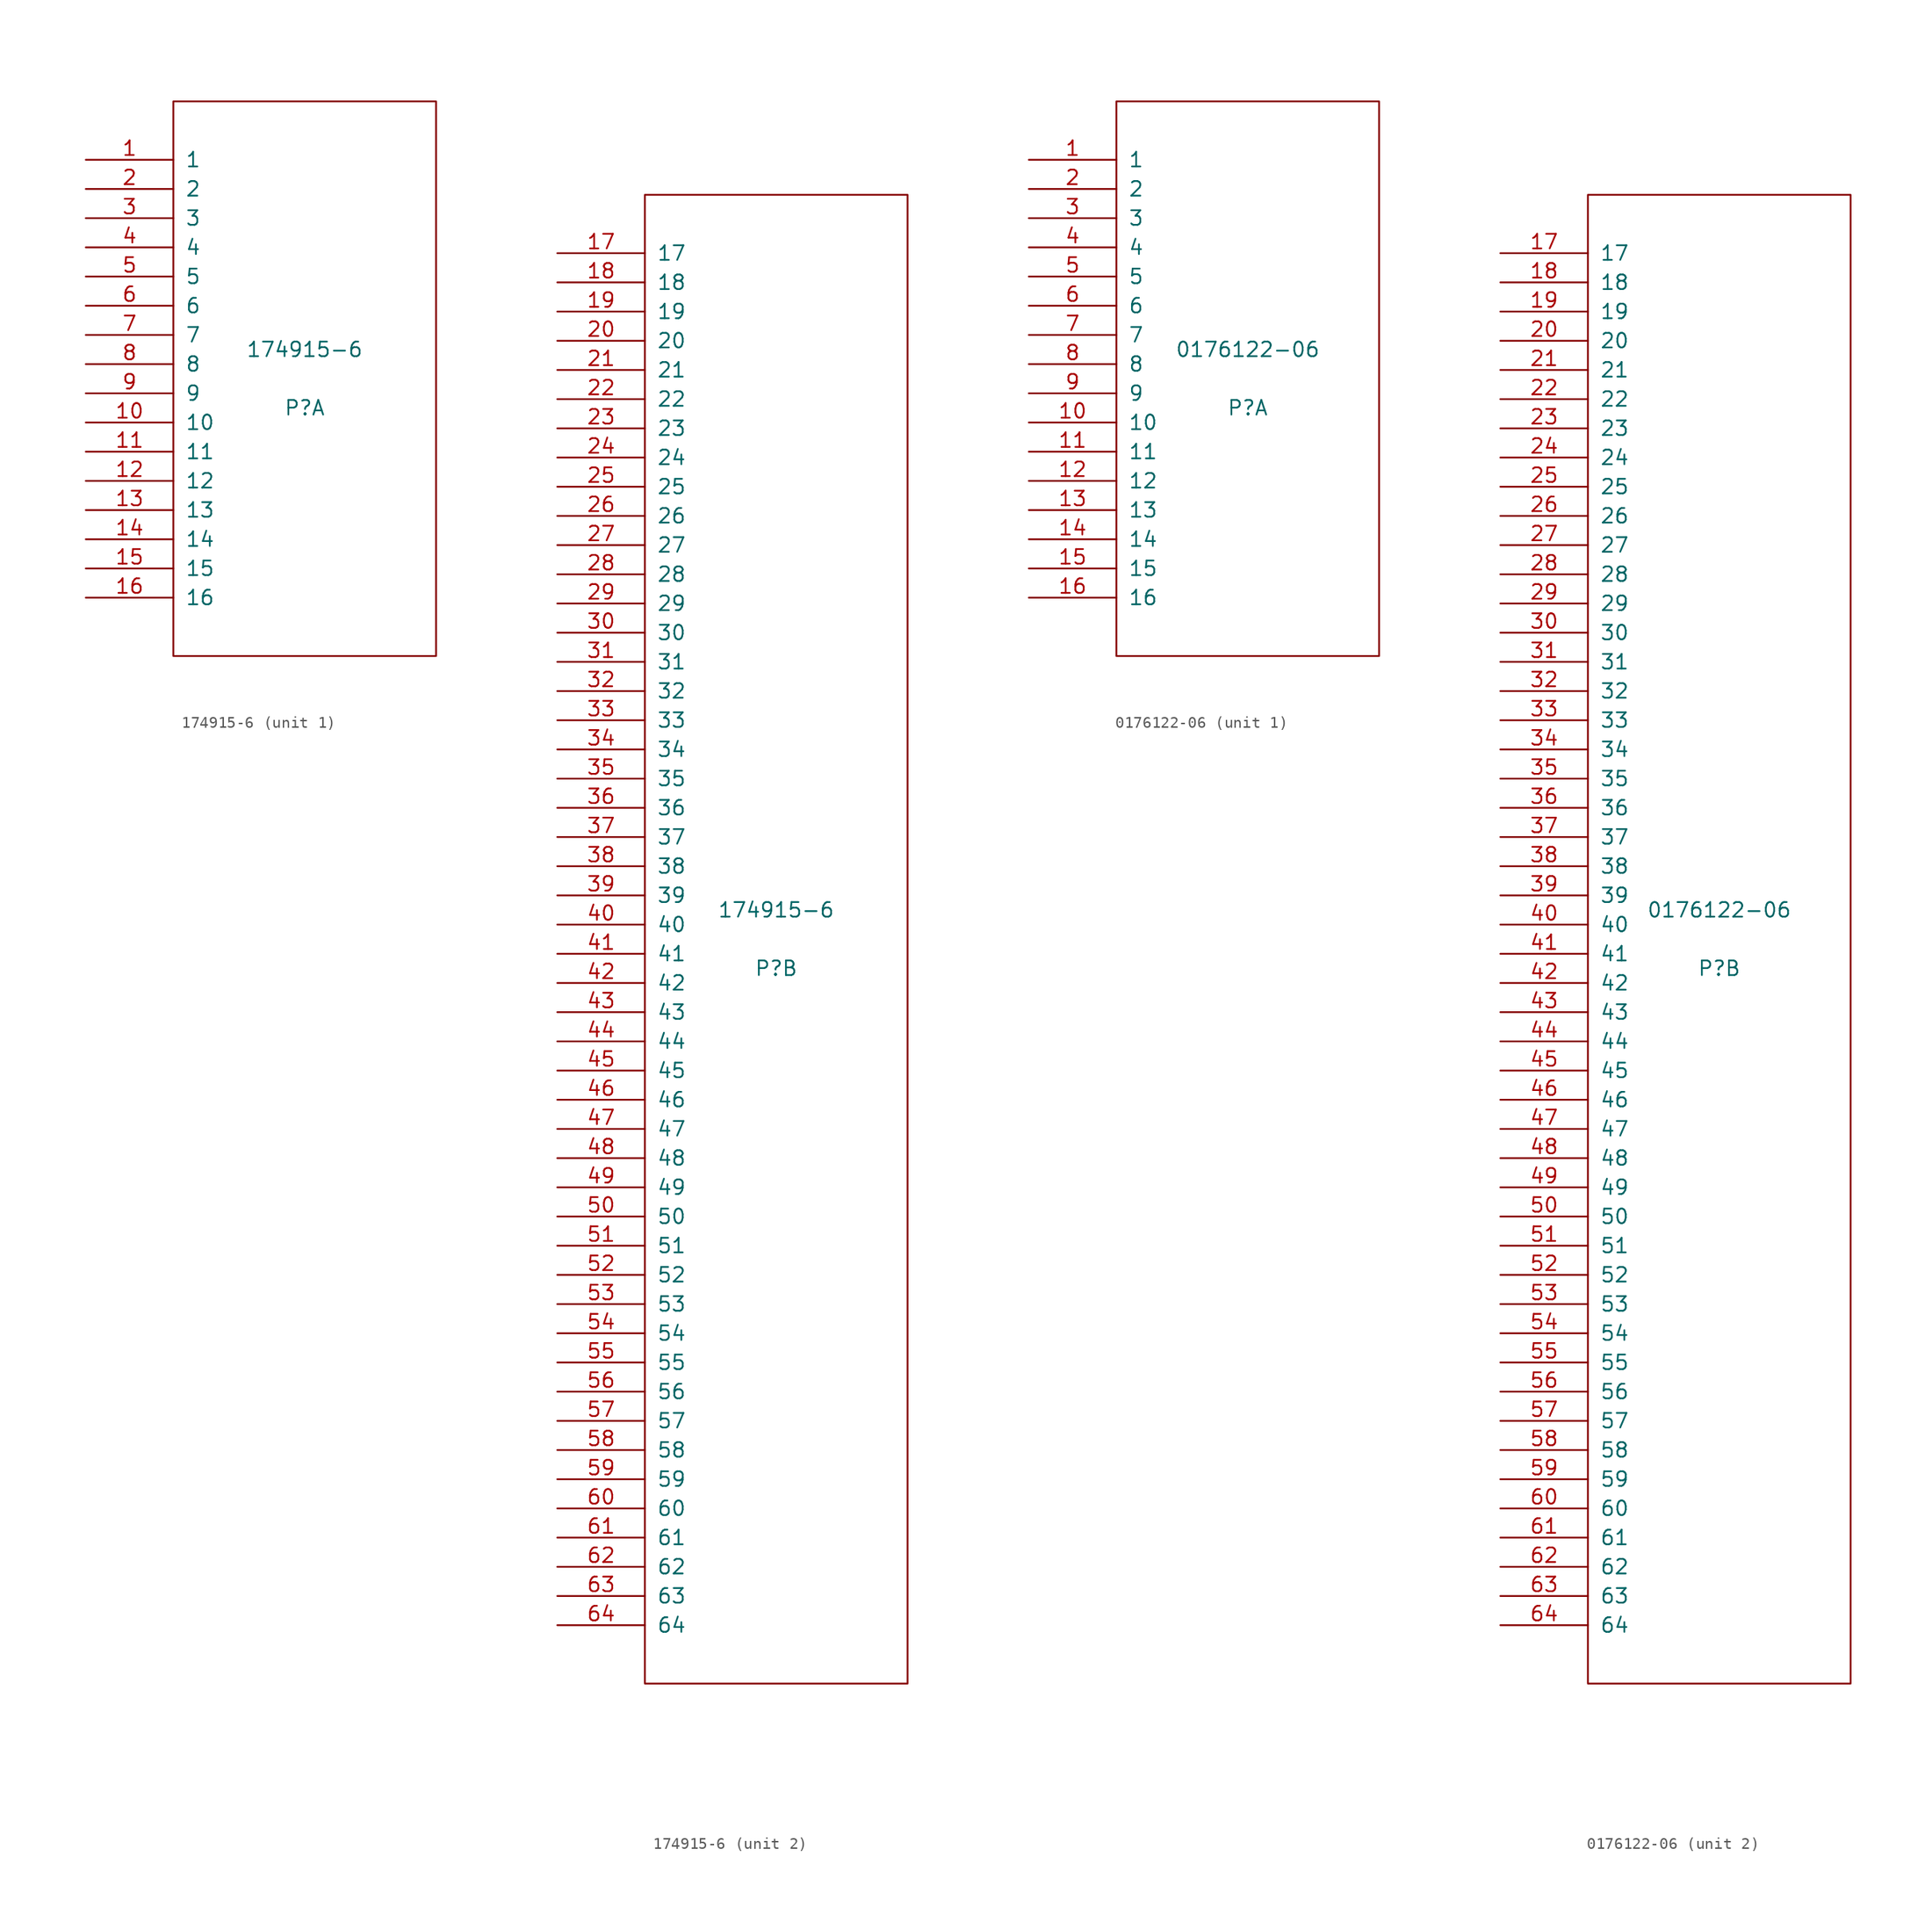
<source format=kicad_sym>
(kicad_symbol_lib
  (version 20241209)
  (generator "kicad_symbol_editor")
  (generator_version "9.0")
  (symbol "174915-6"
    (pin_names
      (offset 1.016))
    (property "Reference" "P"
      (at 0 -2.54 0)
      (effects (font (size 1.27 1.27))))
    (property "Value" "174915-6"
      (at 0 2.54 0)
      (effects (font (size 1.27 1.27))))
    (symbol "174915-6_1_0"
      (rectangle (start -11.43 -24.13) (end 11.43 24.13) (stroke (width 0) (type solid)) (fill (type none))))
    (symbol "174915-6_1_1"
      (pin passive line (at -19.05 19.05 0) (length 7.62) (name "1" (effects (font (size 1.27 1.27)))) (number "1" (effects (font (size 1.27 1.27)))))
      (pin passive line (at -19.05 16.51 0) (length 7.62) (name "2" (effects (font (size 1.27 1.27)))) (number "2" (effects (font (size 1.27 1.27)))))
      (pin passive line (at -19.05 13.97 0) (length 7.62) (name "3" (effects (font (size 1.27 1.27)))) (number "3" (effects (font (size 1.27 1.27)))))
      (pin passive line (at -19.05 11.43 0) (length 7.62) (name "4" (effects (font (size 1.27 1.27)))) (number "4" (effects (font (size 1.27 1.27)))))
      (pin passive line (at -19.05 8.89 0) (length 7.62) (name "5" (effects (font (size 1.27 1.27)))) (number "5" (effects (font (size 1.27 1.27)))))
      (pin passive line (at -19.05 6.35 0) (length 7.62) (name "6" (effects (font (size 1.27 1.27)))) (number "6" (effects (font (size 1.27 1.27)))))
      (pin passive line (at -19.05 3.81 0) (length 7.62) (name "7" (effects (font (size 1.27 1.27)))) (number "7" (effects (font (size 1.27 1.27)))))
      (pin passive line (at -19.05 1.27 0) (length 7.62) (name "8" (effects (font (size 1.27 1.27)))) (number "8" (effects (font (size 1.27 1.27)))))
      (pin passive line (at -19.05 -1.27 0) (length 7.62) (name "9" (effects (font (size 1.27 1.27)))) (number "9" (effects (font (size 1.27 1.27)))))
      (pin passive line (at -19.05 -3.81 0) (length 7.62) (name "10" (effects (font (size 1.27 1.27)))) (number "10" (effects (font (size 1.27 1.27)))))
      (pin passive line (at -19.05 -6.35 0) (length 7.62) (name "11" (effects (font (size 1.27 1.27)))) (number "11" (effects (font (size 1.27 1.27)))))
      (pin passive line (at -19.05 -8.89 0) (length 7.62) (name "12" (effects (font (size 1.27 1.27)))) (number "12" (effects (font (size 1.27 1.27)))))
      (pin passive line (at -19.05 -11.43 0) (length 7.62) (name "13" (effects (font (size 1.27 1.27)))) (number "13" (effects (font (size 1.27 1.27)))))
      (pin passive line (at -19.05 -13.97 0) (length 7.62) (name "14" (effects (font (size 1.27 1.27)))) (number "14" (effects (font (size 1.27 1.27)))))
      (pin passive line (at -19.05 -16.51 0) (length 7.62) (name "15" (effects (font (size 1.27 1.27)))) (number "15" (effects (font (size 1.27 1.27)))))
      (pin passive line (at -19.05 -19.05 0) (length 7.62) (name "16" (effects (font (size 1.27 1.27)))) (number "16" (effects (font (size 1.27 1.27))))))
    (symbol "174915-6_2_0"
      (rectangle (start -11.43 -64.77) (end 11.43 64.77) (stroke (width 0) (type solid)) (fill (type none))))
    (symbol "174915-6_2_1"
      (pin passive line (at -19.05 59.69 0) (length 7.62) (name "17" (effects (font (size 1.27 1.27)))) (number "17" (effects (font (size 1.27 1.27)))))
      (pin passive line (at -19.05 57.15 0) (length 7.62) (name "18" (effects (font (size 1.27 1.27)))) (number "18" (effects (font (size 1.27 1.27)))))
      (pin passive line (at -19.05 54.61 0) (length 7.62) (name "19" (effects (font (size 1.27 1.27)))) (number "19" (effects (font (size 1.27 1.27)))))
      (pin passive line (at -19.05 52.07 0) (length 7.62) (name "20" (effects (font (size 1.27 1.27)))) (number "20" (effects (font (size 1.27 1.27)))))
      (pin passive line (at -19.05 49.53 0) (length 7.62) (name "21" (effects (font (size 1.27 1.27)))) (number "21" (effects (font (size 1.27 1.27)))))
      (pin passive line (at -19.05 46.99 0) (length 7.62) (name "22" (effects (font (size 1.27 1.27)))) (number "22" (effects (font (size 1.27 1.27)))))
      (pin passive line (at -19.05 44.45 0) (length 7.62) (name "23" (effects (font (size 1.27 1.27)))) (number "23" (effects (font (size 1.27 1.27)))))
      (pin passive line (at -19.05 41.91 0) (length 7.62) (name "24" (effects (font (size 1.27 1.27)))) (number "24" (effects (font (size 1.27 1.27)))))
      (pin passive line (at -19.05 39.37 0) (length 7.62) (name "25" (effects (font (size 1.27 1.27)))) (number "25" (effects (font (size 1.27 1.27)))))
      (pin passive line (at -19.05 36.83 0) (length 7.62) (name "26" (effects (font (size 1.27 1.27)))) (number "26" (effects (font (size 1.27 1.27)))))
      (pin passive line (at -19.05 34.29 0) (length 7.62) (name "27" (effects (font (size 1.27 1.27)))) (number "27" (effects (font (size 1.27 1.27)))))
      (pin passive line (at -19.05 31.75 0) (length 7.62) (name "28" (effects (font (size 1.27 1.27)))) (number "28" (effects (font (size 1.27 1.27)))))
      (pin passive line (at -19.05 29.21 0) (length 7.62) (name "29" (effects (font (size 1.27 1.27)))) (number "29" (effects (font (size 1.27 1.27)))))
      (pin passive line (at -19.05 26.67 0) (length 7.62) (name "30" (effects (font (size 1.27 1.27)))) (number "30" (effects (font (size 1.27 1.27)))))
      (pin passive line (at -19.05 24.13 0) (length 7.62) (name "31" (effects (font (size 1.27 1.27)))) (number "31" (effects (font (size 1.27 1.27)))))
      (pin passive line (at -19.05 21.59 0) (length 7.62) (name "32" (effects (font (size 1.27 1.27)))) (number "32" (effects (font (size 1.27 1.27)))))
      (pin passive line (at -19.05 19.05 0) (length 7.62) (name "33" (effects (font (size 1.27 1.27)))) (number "33" (effects (font (size 1.27 1.27)))))
      (pin passive line (at -19.05 16.51 0) (length 7.62) (name "34" (effects (font (size 1.27 1.27)))) (number "34" (effects (font (size 1.27 1.27)))))
      (pin passive line (at -19.05 13.97 0) (length 7.62) (name "35" (effects (font (size 1.27 1.27)))) (number "35" (effects (font (size 1.27 1.27)))))
      (pin passive line (at -19.05 11.43 0) (length 7.62) (name "36" (effects (font (size 1.27 1.27)))) (number "36" (effects (font (size 1.27 1.27)))))
      (pin passive line (at -19.05 8.89 0) (length 7.62) (name "37" (effects (font (size 1.27 1.27)))) (number "37" (effects (font (size 1.27 1.27)))))
      (pin passive line (at -19.05 6.35 0) (length 7.62) (name "38" (effects (font (size 1.27 1.27)))) (number "38" (effects (font (size 1.27 1.27)))))
      (pin passive line (at -19.05 3.81 0) (length 7.62) (name "39" (effects (font (size 1.27 1.27)))) (number "39" (effects (font (size 1.27 1.27)))))
      (pin passive line (at -19.05 1.27 0) (length 7.62) (name "40" (effects (font (size 1.27 1.27)))) (number "40" (effects (font (size 1.27 1.27)))))
      (pin passive line (at -19.05 -1.27 0) (length 7.62) (name "41" (effects (font (size 1.27 1.27)))) (number "41" (effects (font (size 1.27 1.27)))))
      (pin passive line (at -19.05 -3.81 0) (length 7.62) (name "42" (effects (font (size 1.27 1.27)))) (number "42" (effects (font (size 1.27 1.27)))))
      (pin passive line (at -19.05 -6.35 0) (length 7.62) (name "43" (effects (font (size 1.27 1.27)))) (number "43" (effects (font (size 1.27 1.27)))))
      (pin passive line (at -19.05 -8.89 0) (length 7.62) (name "44" (effects (font (size 1.27 1.27)))) (number "44" (effects (font (size 1.27 1.27)))))
      (pin passive line (at -19.05 -11.43 0) (length 7.62) (name "45" (effects (font (size 1.27 1.27)))) (number "45" (effects (font (size 1.27 1.27)))))
      (pin passive line (at -19.05 -13.97 0) (length 7.62) (name "46" (effects (font (size 1.27 1.27)))) (number "46" (effects (font (size 1.27 1.27)))))
      (pin passive line (at -19.05 -16.51 0) (length 7.62) (name "47" (effects (font (size 1.27 1.27)))) (number "47" (effects (font (size 1.27 1.27)))))
      (pin passive line (at -19.05 -19.05 0) (length 7.62) (name "48" (effects (font (size 1.27 1.27)))) (number "48" (effects (font (size 1.27 1.27)))))
      (pin passive line (at -19.05 -21.59 0) (length 7.62) (name "49" (effects (font (size 1.27 1.27)))) (number "49" (effects (font (size 1.27 1.27)))))
      (pin passive line (at -19.05 -24.13 0) (length 7.62) (name "50" (effects (font (size 1.27 1.27)))) (number "50" (effects (font (size 1.27 1.27)))))
      (pin passive line (at -19.05 -26.67 0) (length 7.62) (name "51" (effects (font (size 1.27 1.27)))) (number "51" (effects (font (size 1.27 1.27)))))
      (pin passive line (at -19.05 -29.21 0) (length 7.62) (name "52" (effects (font (size 1.27 1.27)))) (number "52" (effects (font (size 1.27 1.27)))))
      (pin passive line (at -19.05 -31.75 0) (length 7.62) (name "53" (effects (font (size 1.27 1.27)))) (number "53" (effects (font (size 1.27 1.27)))))
      (pin passive line (at -19.05 -34.29 0) (length 7.62) (name "54" (effects (font (size 1.27 1.27)))) (number "54" (effects (font (size 1.27 1.27)))))
      (pin passive line (at -19.05 -36.83 0) (length 7.62) (name "55" (effects (font (size 1.27 1.27)))) (number "55" (effects (font (size 1.27 1.27)))))
      (pin passive line (at -19.05 -39.37 0) (length 7.62) (name "56" (effects (font (size 1.27 1.27)))) (number "56" (effects (font (size 1.27 1.27)))))
      (pin passive line (at -19.05 -41.91 0) (length 7.62) (name "57" (effects (font (size 1.27 1.27)))) (number "57" (effects (font (size 1.27 1.27)))))
      (pin passive line (at -19.05 -44.45 0) (length 7.62) (name "58" (effects (font (size 1.27 1.27)))) (number "58" (effects (font (size 1.27 1.27)))))
      (pin passive line (at -19.05 -46.99 0) (length 7.62) (name "59" (effects (font (size 1.27 1.27)))) (number "59" (effects (font (size 1.27 1.27)))))
      (pin passive line (at -19.05 -49.53 0) (length 7.62) (name "60" (effects (font (size 1.27 1.27)))) (number "60" (effects (font (size 1.27 1.27)))))
      (pin passive line (at -19.05 -52.07 0) (length 7.62) (name "61" (effects (font (size 1.27 1.27)))) (number "61" (effects (font (size 1.27 1.27)))))
      (pin passive line (at -19.05 -54.61 0) (length 7.62) (name "62" (effects (font (size 1.27 1.27)))) (number "62" (effects (font (size 1.27 1.27)))))
      (pin passive line (at -19.05 -57.15 0) (length 7.62) (name "63" (effects (font (size 1.27 1.27)))) (number "63" (effects (font (size 1.27 1.27)))))
      (pin passive line (at -19.05 -59.69 0) (length 7.62) (name "64" (effects (font (size 1.27 1.27)))) (number "64" (effects (font (size 1.27 1.27)))))))
  (symbol "0176122-06"
    (pin_names
      (offset 1.016))
    (property "Reference" "P"
      (at 0 -2.54 0)
      (effects (font (size 1.27 1.27))))
    (property "Value" "0176122-06"
      (at 0 2.54 0)
      (effects (font (size 1.27 1.27))))
    (symbol "0176122-06_1_0"
      (rectangle (start -11.43 -24.13) (end 11.43 24.13) (stroke (width 0) (type solid)) (fill (type none))))
    (symbol "0176122-06_1_1"
      (pin passive line (at -19.05 19.05 0) (length 7.62) (name "1" (effects (font (size 1.27 1.27)))) (number "1" (effects (font (size 1.27 1.27)))))
      (pin passive line (at -19.05 16.51 0) (length 7.62) (name "2" (effects (font (size 1.27 1.27)))) (number "2" (effects (font (size 1.27 1.27)))))
      (pin passive line (at -19.05 13.97 0) (length 7.62) (name "3" (effects (font (size 1.27 1.27)))) (number "3" (effects (font (size 1.27 1.27)))))
      (pin passive line (at -19.05 11.43 0) (length 7.62) (name "4" (effects (font (size 1.27 1.27)))) (number "4" (effects (font (size 1.27 1.27)))))
      (pin passive line (at -19.05 8.89 0) (length 7.62) (name "5" (effects (font (size 1.27 1.27)))) (number "5" (effects (font (size 1.27 1.27)))))
      (pin passive line (at -19.05 6.35 0) (length 7.62) (name "6" (effects (font (size 1.27 1.27)))) (number "6" (effects (font (size 1.27 1.27)))))
      (pin passive line (at -19.05 3.81 0) (length 7.62) (name "7" (effects (font (size 1.27 1.27)))) (number "7" (effects (font (size 1.27 1.27)))))
      (pin passive line (at -19.05 1.27 0) (length 7.62) (name "8" (effects (font (size 1.27 1.27)))) (number "8" (effects (font (size 1.27 1.27)))))
      (pin passive line (at -19.05 -1.27 0) (length 7.62) (name "9" (effects (font (size 1.27 1.27)))) (number "9" (effects (font (size 1.27 1.27)))))
      (pin passive line (at -19.05 -3.81 0) (length 7.62) (name "10" (effects (font (size 1.27 1.27)))) (number "10" (effects (font (size 1.27 1.27)))))
      (pin passive line (at -19.05 -6.35 0) (length 7.62) (name "11" (effects (font (size 1.27 1.27)))) (number "11" (effects (font (size 1.27 1.27)))))
      (pin passive line (at -19.05 -8.89 0) (length 7.62) (name "12" (effects (font (size 1.27 1.27)))) (number "12" (effects (font (size 1.27 1.27)))))
      (pin passive line (at -19.05 -11.43 0) (length 7.62) (name "13" (effects (font (size 1.27 1.27)))) (number "13" (effects (font (size 1.27 1.27)))))
      (pin passive line (at -19.05 -13.97 0) (length 7.62) (name "14" (effects (font (size 1.27 1.27)))) (number "14" (effects (font (size 1.27 1.27)))))
      (pin passive line (at -19.05 -16.51 0) (length 7.62) (name "15" (effects (font (size 1.27 1.27)))) (number "15" (effects (font (size 1.27 1.27)))))
      (pin passive line (at -19.05 -19.05 0) (length 7.62) (name "16" (effects (font (size 1.27 1.27)))) (number "16" (effects (font (size 1.27 1.27))))))
    (symbol "0176122-06_2_0"
      (rectangle (start -11.43 -64.77) (end 11.43 64.77) (stroke (width 0) (type solid)) (fill (type none))))
    (symbol "0176122-06_2_1"
      (pin passive line (at -19.05 59.69 0) (length 7.62) (name "17" (effects (font (size 1.27 1.27)))) (number "17" (effects (font (size 1.27 1.27)))))
      (pin passive line (at -19.05 57.15 0) (length 7.62) (name "18" (effects (font (size 1.27 1.27)))) (number "18" (effects (font (size 1.27 1.27)))))
      (pin passive line (at -19.05 54.61 0) (length 7.62) (name "19" (effects (font (size 1.27 1.27)))) (number "19" (effects (font (size 1.27 1.27)))))
      (pin passive line (at -19.05 52.07 0) (length 7.62) (name "20" (effects (font (size 1.27 1.27)))) (number "20" (effects (font (size 1.27 1.27)))))
      (pin passive line (at -19.05 49.53 0) (length 7.62) (name "21" (effects (font (size 1.27 1.27)))) (number "21" (effects (font (size 1.27 1.27)))))
      (pin passive line (at -19.05 46.99 0) (length 7.62) (name "22" (effects (font (size 1.27 1.27)))) (number "22" (effects (font (size 1.27 1.27)))))
      (pin passive line (at -19.05 44.45 0) (length 7.62) (name "23" (effects (font (size 1.27 1.27)))) (number "23" (effects (font (size 1.27 1.27)))))
      (pin passive line (at -19.05 41.91 0) (length 7.62) (name "24" (effects (font (size 1.27 1.27)))) (number "24" (effects (font (size 1.27 1.27)))))
      (pin passive line (at -19.05 39.37 0) (length 7.62) (name "25" (effects (font (size 1.27 1.27)))) (number "25" (effects (font (size 1.27 1.27)))))
      (pin passive line (at -19.05 36.83 0) (length 7.62) (name "26" (effects (font (size 1.27 1.27)))) (number "26" (effects (font (size 1.27 1.27)))))
      (pin passive line (at -19.05 34.29 0) (length 7.62) (name "27" (effects (font (size 1.27 1.27)))) (number "27" (effects (font (size 1.27 1.27)))))
      (pin passive line (at -19.05 31.75 0) (length 7.62) (name "28" (effects (font (size 1.27 1.27)))) (number "28" (effects (font (size 1.27 1.27)))))
      (pin passive line (at -19.05 29.21 0) (length 7.62) (name "29" (effects (font (size 1.27 1.27)))) (number "29" (effects (font (size 1.27 1.27)))))
      (pin passive line (at -19.05 26.67 0) (length 7.62) (name "30" (effects (font (size 1.27 1.27)))) (number "30" (effects (font (size 1.27 1.27)))))
      (pin passive line (at -19.05 24.13 0) (length 7.62) (name "31" (effects (font (size 1.27 1.27)))) (number "31" (effects (font (size 1.27 1.27)))))
      (pin passive line (at -19.05 21.59 0) (length 7.62) (name "32" (effects (font (size 1.27 1.27)))) (number "32" (effects (font (size 1.27 1.27)))))
      (pin passive line (at -19.05 19.05 0) (length 7.62) (name "33" (effects (font (size 1.27 1.27)))) (number "33" (effects (font (size 1.27 1.27)))))
      (pin passive line (at -19.05 16.51 0) (length 7.62) (name "34" (effects (font (size 1.27 1.27)))) (number "34" (effects (font (size 1.27 1.27)))))
      (pin passive line (at -19.05 13.97 0) (length 7.62) (name "35" (effects (font (size 1.27 1.27)))) (number "35" (effects (font (size 1.27 1.27)))))
      (pin passive line (at -19.05 11.43 0) (length 7.62) (name "36" (effects (font (size 1.27 1.27)))) (number "36" (effects (font (size 1.27 1.27)))))
      (pin passive line (at -19.05 8.89 0) (length 7.62) (name "37" (effects (font (size 1.27 1.27)))) (number "37" (effects (font (size 1.27 1.27)))))
      (pin passive line (at -19.05 6.35 0) (length 7.62) (name "38" (effects (font (size 1.27 1.27)))) (number "38" (effects (font (size 1.27 1.27)))))
      (pin passive line (at -19.05 3.81 0) (length 7.62) (name "39" (effects (font (size 1.27 1.27)))) (number "39" (effects (font (size 1.27 1.27)))))
      (pin passive line (at -19.05 1.27 0) (length 7.62) (name "40" (effects (font (size 1.27 1.27)))) (number "40" (effects (font (size 1.27 1.27)))))
      (pin passive line (at -19.05 -1.27 0) (length 7.62) (name "41" (effects (font (size 1.27 1.27)))) (number "41" (effects (font (size 1.27 1.27)))))
      (pin passive line (at -19.05 -3.81 0) (length 7.62) (name "42" (effects (font (size 1.27 1.27)))) (number "42" (effects (font (size 1.27 1.27)))))
      (pin passive line (at -19.05 -6.35 0) (length 7.62) (name "43" (effects (font (size 1.27 1.27)))) (number "43" (effects (font (size 1.27 1.27)))))
      (pin passive line (at -19.05 -8.89 0) (length 7.62) (name "44" (effects (font (size 1.27 1.27)))) (number "44" (effects (font (size 1.27 1.27)))))
      (pin passive line (at -19.05 -11.43 0) (length 7.62) (name "45" (effects (font (size 1.27 1.27)))) (number "45" (effects (font (size 1.27 1.27)))))
      (pin passive line (at -19.05 -13.97 0) (length 7.62) (name "46" (effects (font (size 1.27 1.27)))) (number "46" (effects (font (size 1.27 1.27)))))
      (pin passive line (at -19.05 -16.51 0) (length 7.62) (name "47" (effects (font (size 1.27 1.27)))) (number "47" (effects (font (size 1.27 1.27)))))
      (pin passive line (at -19.05 -19.05 0) (length 7.62) (name "48" (effects (font (size 1.27 1.27)))) (number "48" (effects (font (size 1.27 1.27)))))
      (pin passive line (at -19.05 -21.59 0) (length 7.62) (name "49" (effects (font (size 1.27 1.27)))) (number "49" (effects (font (size 1.27 1.27)))))
      (pin passive line (at -19.05 -24.13 0) (length 7.62) (name "50" (effects (font (size 1.27 1.27)))) (number "50" (effects (font (size 1.27 1.27)))))
      (pin passive line (at -19.05 -26.67 0) (length 7.62) (name "51" (effects (font (size 1.27 1.27)))) (number "51" (effects (font (size 1.27 1.27)))))
      (pin passive line (at -19.05 -29.21 0) (length 7.62) (name "52" (effects (font (size 1.27 1.27)))) (number "52" (effects (font (size 1.27 1.27)))))
      (pin passive line (at -19.05 -31.75 0) (length 7.62) (name "53" (effects (font (size 1.27 1.27)))) (number "53" (effects (font (size 1.27 1.27)))))
      (pin passive line (at -19.05 -34.29 0) (length 7.62) (name "54" (effects (font (size 1.27 1.27)))) (number "54" (effects (font (size 1.27 1.27)))))
      (pin passive line (at -19.05 -36.83 0) (length 7.62) (name "55" (effects (font (size 1.27 1.27)))) (number "55" (effects (font (size 1.27 1.27)))))
      (pin passive line (at -19.05 -39.37 0) (length 7.62) (name "56" (effects (font (size 1.27 1.27)))) (number "56" (effects (font (size 1.27 1.27)))))
      (pin passive line (at -19.05 -41.91 0) (length 7.62) (name "57" (effects (font (size 1.27 1.27)))) (number "57" (effects (font (size 1.27 1.27)))))
      (pin passive line (at -19.05 -44.45 0) (length 7.62) (name "58" (effects (font (size 1.27 1.27)))) (number "58" (effects (font (size 1.27 1.27)))))
      (pin passive line (at -19.05 -46.99 0) (length 7.62) (name "59" (effects (font (size 1.27 1.27)))) (number "59" (effects (font (size 1.27 1.27)))))
      (pin passive line (at -19.05 -49.53 0) (length 7.62) (name "60" (effects (font (size 1.27 1.27)))) (number "60" (effects (font (size 1.27 1.27)))))
      (pin passive line (at -19.05 -52.07 0) (length 7.62) (name "61" (effects (font (size 1.27 1.27)))) (number "61" (effects (font (size 1.27 1.27)))))
      (pin passive line (at -19.05 -54.61 0) (length 7.62) (name "62" (effects (font (size 1.27 1.27)))) (number "62" (effects (font (size 1.27 1.27)))))
      (pin passive line (at -19.05 -57.15 0) (length 7.62) (name "63" (effects (font (size 1.27 1.27)))) (number "63" (effects (font (size 1.27 1.27)))))
      (pin passive line (at -19.05 -59.69 0) (length 7.62) (name "64" (effects (font (size 1.27 1.27)))) (number "64" (effects (font (size 1.27 1.27))))))))
</source>
